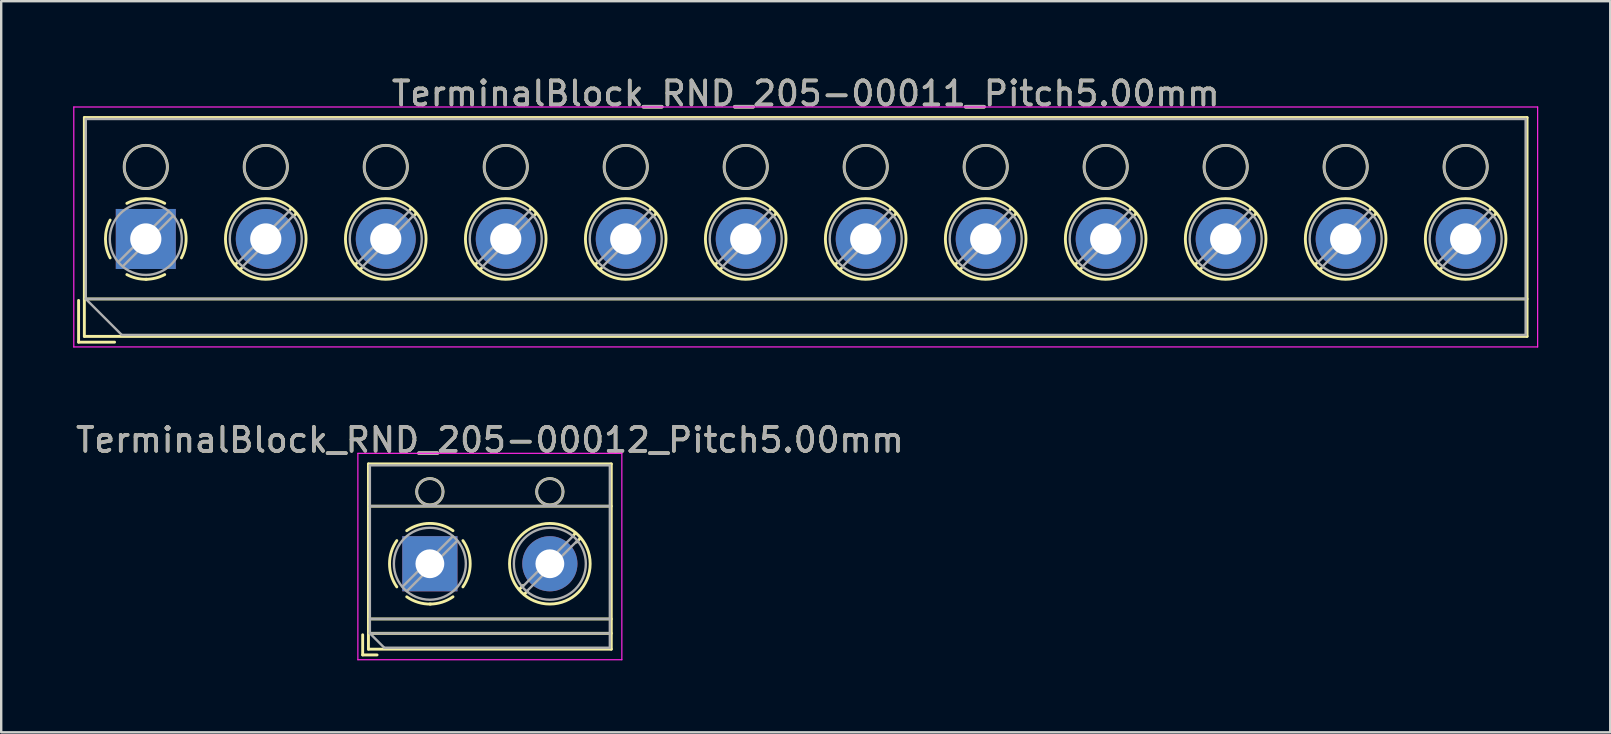
<source format=kicad_pcb>
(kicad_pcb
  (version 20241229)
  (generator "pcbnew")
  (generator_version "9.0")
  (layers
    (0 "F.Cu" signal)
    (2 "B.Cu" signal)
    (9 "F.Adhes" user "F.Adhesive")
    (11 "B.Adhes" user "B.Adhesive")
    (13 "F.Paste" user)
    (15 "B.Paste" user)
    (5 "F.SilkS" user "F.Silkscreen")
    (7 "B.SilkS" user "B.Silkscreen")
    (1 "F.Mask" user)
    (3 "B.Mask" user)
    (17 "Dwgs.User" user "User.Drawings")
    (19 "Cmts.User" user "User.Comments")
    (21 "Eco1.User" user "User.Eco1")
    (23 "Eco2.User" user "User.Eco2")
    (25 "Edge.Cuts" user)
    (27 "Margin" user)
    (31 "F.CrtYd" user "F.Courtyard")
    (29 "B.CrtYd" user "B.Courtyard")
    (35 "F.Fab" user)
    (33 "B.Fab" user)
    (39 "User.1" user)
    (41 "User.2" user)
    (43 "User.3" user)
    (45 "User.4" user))
  (footprint "TerminalBlock_RND_205-00011_Pitch5.00mm"
    (layer "F.Cu")
    (at 3.025 6.908)
    (property "Reference" "TerminalBlock_RND_205-00011_Pitch5.00mm" (at 27.5 -6.06 0) (layer "F.SilkS") (effects (font (size 1 1) (thickness 0.15))))
    (attr through_hole)
    (fp_line (start -2.8 2.56) (end -2.8 4.3) (stroke (width 0.12) (type solid)) (layer "F.SilkS"))
    (fp_line (start -2.8 4.3) (end -1.3 4.3) (stroke (width 0.12) (type solid)) (layer "F.SilkS"))
    (fp_line (start -2.56 -5.06) (end -2.56 4.06) (stroke (width 0.12) (type solid)) (layer "F.SilkS"))
    (fp_line (start -2.56 2.5) (end 57.56 2.5) (stroke (width 0.12) (type solid)) (layer "F.SilkS"))
    (fp_line (start -2.56 4.06) (end 57.56 4.06) (stroke (width 0.12) (type solid)) (layer "F.SilkS"))
    (fp_line (start 3.82 0.976) (end 3.726 1.069) (stroke (width 0.12) (type solid)) (layer "F.SilkS"))
    (fp_line (start 3.99 1.216) (end 3.931 1.274) (stroke (width 0.12) (type solid)) (layer "F.SilkS"))
    (fp_line (start 6.07 -1.275) (end 6.011 -1.216) (stroke (width 0.12) (type solid)) (layer "F.SilkS"))
    (fp_line (start 6.275 -1.069) (end 6.181 -0.976) (stroke (width 0.12) (type solid)) (layer "F.SilkS"))
    (fp_line (start 8.82 0.976) (end 8.726 1.069) (stroke (width 0.12) (type solid)) (layer "F.SilkS"))
    (fp_line (start 8.99 1.216) (end 8.931 1.274) (stroke (width 0.12) (type solid)) (layer "F.SilkS"))
    (fp_line (start 11.07 -1.275) (end 11.011 -1.216) (stroke (width 0.12) (type solid)) (layer "F.SilkS"))
    (fp_line (start 11.275 -1.069) (end 11.181 -0.976) (stroke (width 0.12) (type solid)) (layer "F.SilkS"))
    (fp_line (start 13.82 0.976) (end 13.726 1.069) (stroke (width 0.12) (type solid)) (layer "F.SilkS"))
    (fp_line (start 13.99 1.216) (end 13.931 1.274) (stroke (width 0.12) (type solid)) (layer "F.SilkS"))
    (fp_line (start 16.07 -1.275) (end 16.011 -1.216) (stroke (width 0.12) (type solid)) (layer "F.SilkS"))
    (fp_line (start 16.275 -1.069) (end 16.181 -0.976) (stroke (width 0.12) (type solid)) (layer "F.SilkS"))
    (fp_line (start 18.82 0.976) (end 18.726 1.069) (stroke (width 0.12) (type solid)) (layer "F.SilkS"))
    (fp_line (start 18.99 1.216) (end 18.931 1.274) (stroke (width 0.12) (type solid)) (layer "F.SilkS"))
    (fp_line (start 21.07 -1.275) (end 21.011 -1.216) (stroke (width 0.12) (type solid)) (layer "F.SilkS"))
    (fp_line (start 21.275 -1.069) (end 21.181 -0.976) (stroke (width 0.12) (type solid)) (layer "F.SilkS"))
    (fp_line (start 23.82 0.976) (end 23.726 1.069) (stroke (width 0.12) (type solid)) (layer "F.SilkS"))
    (fp_line (start 23.99 1.216) (end 23.931 1.274) (stroke (width 0.12) (type solid)) (layer "F.SilkS"))
    (fp_line (start 26.07 -1.275) (end 26.011 -1.216) (stroke (width 0.12) (type solid)) (layer "F.SilkS"))
    (fp_line (start 26.275 -1.069) (end 26.181 -0.976) (stroke (width 0.12) (type solid)) (layer "F.SilkS"))
    (fp_line (start 28.82 0.976) (end 28.726 1.069) (stroke (width 0.12) (type solid)) (layer "F.SilkS"))
    (fp_line (start 28.99 1.216) (end 28.931 1.274) (stroke (width 0.12) (type solid)) (layer "F.SilkS"))
    (fp_line (start 31.07 -1.275) (end 31.011 -1.216) (stroke (width 0.12) (type solid)) (layer "F.SilkS"))
    (fp_line (start 31.275 -1.069) (end 31.181 -0.976) (stroke (width 0.12) (type solid)) (layer "F.SilkS"))
    (fp_line (start 33.82 0.976) (end 33.726 1.069) (stroke (width 0.12) (type solid)) (layer "F.SilkS"))
    (fp_line (start 33.99 1.216) (end 33.931 1.274) (stroke (width 0.12) (type solid)) (layer "F.SilkS"))
    (fp_line (start 36.07 -1.275) (end 36.011 -1.216) (stroke (width 0.12) (type solid)) (layer "F.SilkS"))
    (fp_line (start 36.275 -1.069) (end 36.181 -0.976) (stroke (width 0.12) (type solid)) (layer "F.SilkS"))
    (fp_line (start 38.82 0.976) (end 38.726 1.069) (stroke (width 0.12) (type solid)) (layer "F.SilkS"))
    (fp_line (start 38.99 1.216) (end 38.931 1.274) (stroke (width 0.12) (type solid)) (layer "F.SilkS"))
    (fp_line (start 41.07 -1.275) (end 41.011 -1.216) (stroke (width 0.12) (type solid)) (layer "F.SilkS"))
    (fp_line (start 41.275 -1.069) (end 41.181 -0.976) (stroke (width 0.12) (type solid)) (layer "F.SilkS"))
    (fp_line (start 43.82 0.976) (end 43.726 1.069) (stroke (width 0.12) (type solid)) (layer "F.SilkS"))
    (fp_line (start 43.99 1.216) (end 43.931 1.274) (stroke (width 0.12) (type solid)) (layer "F.SilkS"))
    (fp_line (start 46.07 -1.275) (end 46.011 -1.216) (stroke (width 0.12) (type solid)) (layer "F.SilkS"))
    (fp_line (start 46.275 -1.069) (end 46.181 -0.976) (stroke (width 0.12) (type solid)) (layer "F.SilkS"))
    (fp_line (start 48.82 0.976) (end 48.726 1.069) (stroke (width 0.12) (type solid)) (layer "F.SilkS"))
    (fp_line (start 48.99 1.216) (end 48.931 1.274) (stroke (width 0.12) (type solid)) (layer "F.SilkS"))
    (fp_line (start 51.07 -1.275) (end 51.011 -1.216) (stroke (width 0.12) (type solid)) (layer "F.SilkS"))
    (fp_line (start 51.275 -1.069) (end 51.181 -0.976) (stroke (width 0.12) (type solid)) (layer "F.SilkS"))
    (fp_line (start 53.82 0.976) (end 53.726 1.069) (stroke (width 0.12) (type solid)) (layer "F.SilkS"))
    (fp_line (start 53.99 1.216) (end 53.931 1.274) (stroke (width 0.12) (type solid)) (layer "F.SilkS"))
    (fp_line (start 56.07 -1.275) (end 56.011 -1.216) (stroke (width 0.12) (type solid)) (layer "F.SilkS"))
    (fp_line (start 56.275 -1.069) (end 56.181 -0.976) (stroke (width 0.12) (type solid)) (layer "F.SilkS"))
    (fp_line (start 57.56 -5.06) (end -2.56 -5.06) (stroke (width 0.12) (type solid)) (layer "F.SilkS"))
    (fp_line (start 57.56 4.06) (end 57.56 -5.06) (stroke (width 0.12) (type solid)) (layer "F.SilkS"))
    (fp_arc (start -1.483953 0.789089) (mid -1.680708 0.00005) (end -1.484 -0.789) (stroke (width 0.12) (type solid)) (layer "F.SilkS"))
    (fp_arc (start -0.789089 -1.483953) (mid -0.00005 -1.680708) (end 0.789 -1.484) (stroke (width 0.12) (type solid)) (layer "F.SilkS"))
    (fp_arc (start 0.029383 1.68045) (mid -0.392304 1.634281) (end -0.789 1.484) (stroke (width 0.12) (type solid)) (layer "F.SilkS"))
    (fp_arc (start 0.788712 1.483352) (mid 0.406429 1.630097) (end 0 1.68) (stroke (width 0.12) (type solid)) (layer "F.SilkS"))
    (fp_arc (start 1.483953 -0.789089) (mid 1.680708 -0.00005) (end 1.484 0.789) (stroke (width 0.12) (type solid)) (layer "F.SilkS"))
    (fp_circle (center 0 -3) (end 0.9 -3) (stroke (width 0.12) (type solid)) (fill no) (layer "F.SilkS"))
    (fp_circle (center 5 -3) (end 5.9 -3) (stroke (width 0.12) (type solid)) (fill no) (layer "F.SilkS"))
    (fp_circle (center 5 0) (end 6.68 0) (stroke (width 0.12) (type solid)) (fill no) (layer "F.SilkS"))
    (fp_circle (center 10 -3) (end 10.9 -3) (stroke (width 0.12) (type solid)) (fill no) (layer "F.SilkS"))
    (fp_circle (center 10 0) (end 11.68 0) (stroke (width 0.12) (type solid)) (fill no) (layer "F.SilkS"))
    (fp_circle (center 15 -3) (end 15.9 -3) (stroke (width 0.12) (type solid)) (fill no) (layer "F.SilkS"))
    (fp_circle (center 15 0) (end 16.68 0) (stroke (width 0.12) (type solid)) (fill no) (layer "F.SilkS"))
    (fp_circle (center 20 -3) (end 20.9 -3) (stroke (width 0.12) (type solid)) (fill no) (layer "F.SilkS"))
    (fp_circle (center 20 0) (end 21.68 0) (stroke (width 0.12) (type solid)) (fill no) (layer "F.SilkS"))
    (fp_circle (center 25 -3) (end 25.9 -3) (stroke (width 0.12) (type solid)) (fill no) (layer "F.SilkS"))
    (fp_circle (center 25 0) (end 26.68 0) (stroke (width 0.12) (type solid)) (fill no) (layer "F.SilkS"))
    (fp_circle (center 30 -3) (end 30.9 -3) (stroke (width 0.12) (type solid)) (fill no) (layer "F.SilkS"))
    (fp_circle (center 30 0) (end 31.68 0) (stroke (width 0.12) (type solid)) (fill no) (layer "F.SilkS"))
    (fp_circle (center 35 -3) (end 35.9 -3) (stroke (width 0.12) (type solid)) (fill no) (layer "F.SilkS"))
    (fp_circle (center 35 0) (end 36.68 0) (stroke (width 0.12) (type solid)) (fill no) (layer "F.SilkS"))
    (fp_circle (center 40 -3) (end 40.9 -3) (stroke (width 0.12) (type solid)) (fill no) (layer "F.SilkS"))
    (fp_circle (center 40 0) (end 41.68 0) (stroke (width 0.12) (type solid)) (fill no) (layer "F.SilkS"))
    (fp_circle (center 45 -3) (end 45.9 -3) (stroke (width 0.12) (type solid)) (fill no) (layer "F.SilkS"))
    (fp_circle (center 45 0) (end 46.68 0) (stroke (width 0.12) (type solid)) (fill no) (layer "F.SilkS"))
    (fp_circle (center 50 -3) (end 50.9 -3) (stroke (width 0.12) (type solid)) (fill no) (layer "F.SilkS"))
    (fp_circle (center 50 0) (end 51.68 0) (stroke (width 0.12) (type solid)) (fill no) (layer "F.SilkS"))
    (fp_circle (center 55 -3) (end 55.9 -3) (stroke (width 0.12) (type solid)) (fill no) (layer "F.SilkS"))
    (fp_circle (center 55 0) (end 56.68 0) (stroke (width 0.12) (type solid)) (fill no) (layer "F.SilkS"))
    (fp_line (start -3 -5.5) (end -3 4.5) (stroke (width 0.05) (type solid)) (layer "F.CrtYd"))
    (fp_line (start -3 4.5) (end 58 4.5) (stroke (width 0.05) (type solid)) (layer "F.CrtYd"))
    (fp_line (start 58 -5.5) (end -3 -5.5) (stroke (width 0.05) (type solid)) (layer "F.CrtYd"))
    (fp_line (start 58 4.5) (end 58 -5.5) (stroke (width 0.05) (type solid)) (layer "F.CrtYd"))
    (fp_line (start -2.5 -5) (end 57.5 -5) (stroke (width 0.1) (type solid)) (layer "F.Fab"))
    (fp_line (start -2.5 2.5) (end -2.5 -5) (stroke (width 0.1) (type solid)) (layer "F.Fab"))
    (fp_line (start -2.5 2.5) (end 57.5 2.5) (stroke (width 0.1) (type solid)) (layer "F.Fab"))
    (fp_line (start -1 4) (end -2.5 2.5) (stroke (width 0.1) (type solid)) (layer "F.Fab"))
    (fp_line (start 0.955 -1.138) (end -1.138 0.955) (stroke (width 0.1) (type solid)) (layer "F.Fab"))
    (fp_line (start 1.138 -0.955) (end -0.955 1.138) (stroke (width 0.1) (type solid)) (layer "F.Fab"))
    (fp_line (start 5.955 -1.138) (end 3.863 0.955) (stroke (width 0.1) (type solid)) (layer "F.Fab"))
    (fp_line (start 6.138 -0.955) (end 4.046 1.138) (stroke (width 0.1) (type solid)) (layer "F.Fab"))
    (fp_line (start 10.955 -1.138) (end 8.863 0.955) (stroke (width 0.1) (type solid)) (layer "F.Fab"))
    (fp_line (start 11.138 -0.955) (end 9.046 1.138) (stroke (width 0.1) (type solid)) (layer "F.Fab"))
    (fp_line (start 15.955 -1.138) (end 13.863 0.955) (stroke (width 0.1) (type solid)) (layer "F.Fab"))
    (fp_line (start 16.138 -0.955) (end 14.046 1.138) (stroke (width 0.1) (type solid)) (layer "F.Fab"))
    (fp_line (start 20.955 -1.138) (end 18.863 0.955) (stroke (width 0.1) (type solid)) (layer "F.Fab"))
    (fp_line (start 21.138 -0.955) (end 19.046 1.138) (stroke (width 0.1) (type solid)) (layer "F.Fab"))
    (fp_line (start 25.955 -1.138) (end 23.863 0.955) (stroke (width 0.1) (type solid)) (layer "F.Fab"))
    (fp_line (start 26.138 -0.955) (end 24.046 1.138) (stroke (width 0.1) (type solid)) (layer "F.Fab"))
    (fp_line (start 30.955 -1.138) (end 28.863 0.955) (stroke (width 0.1) (type solid)) (layer "F.Fab"))
    (fp_line (start 31.138 -0.955) (end 29.046 1.138) (stroke (width 0.1) (type solid)) (layer "F.Fab"))
    (fp_line (start 35.955 -1.138) (end 33.863 0.955) (stroke (width 0.1) (type solid)) (layer "F.Fab"))
    (fp_line (start 36.138 -0.955) (end 34.046 1.138) (stroke (width 0.1) (type solid)) (layer "F.Fab"))
    (fp_line (start 40.955 -1.138) (end 38.863 0.955) (stroke (width 0.1) (type solid)) (layer "F.Fab"))
    (fp_line (start 41.138 -0.955) (end 39.046 1.138) (stroke (width 0.1) (type solid)) (layer "F.Fab"))
    (fp_line (start 45.955 -1.138) (end 43.863 0.955) (stroke (width 0.1) (type solid)) (layer "F.Fab"))
    (fp_line (start 46.138 -0.955) (end 44.046 1.138) (stroke (width 0.1) (type solid)) (layer "F.Fab"))
    (fp_line (start 50.955 -1.138) (end 48.863 0.955) (stroke (width 0.1) (type solid)) (layer "F.Fab"))
    (fp_line (start 51.138 -0.955) (end 49.046 1.138) (stroke (width 0.1) (type solid)) (layer "F.Fab"))
    (fp_line (start 55.955 -1.138) (end 53.863 0.955) (stroke (width 0.1) (type solid)) (layer "F.Fab"))
    (fp_line (start 56.138 -0.955) (end 54.046 1.138) (stroke (width 0.1) (type solid)) (layer "F.Fab"))
    (fp_line (start 57.5 -5) (end 57.5 4) (stroke (width 0.1) (type solid)) (layer "F.Fab"))
    (fp_line (start 57.5 4) (end -1 4) (stroke (width 0.1) (type solid)) (layer "F.Fab"))
    (fp_circle (center 0 -3) (end 0.9 -3) (stroke (width 0.1) (type solid)) (fill no) (layer "F.Fab"))
    (fp_circle (center 0 0) (end 1.5 0) (stroke (width 0.1) (type solid)) (fill no) (layer "F.Fab"))
    (fp_circle (center 5 -3) (end 5.9 -3) (stroke (width 0.1) (type solid)) (fill no) (layer "F.Fab"))
    (fp_circle (center 5 0) (end 6.5 0) (stroke (width 0.1) (type solid)) (fill no) (layer "F.Fab"))
    (fp_circle (center 10 -3) (end 10.9 -3) (stroke (width 0.1) (type solid)) (fill no) (layer "F.Fab"))
    (fp_circle (center 10 0) (end 11.5 0) (stroke (width 0.1) (type solid)) (fill no) (layer "F.Fab"))
    (fp_circle (center 15 -3) (end 15.9 -3) (stroke (width 0.1) (type solid)) (fill no) (layer "F.Fab"))
    (fp_circle (center 15 0) (end 16.5 0) (stroke (width 0.1) (type solid)) (fill no) (layer "F.Fab"))
    (fp_circle (center 20 -3) (end 20.9 -3) (stroke (width 0.1) (type solid)) (fill no) (layer "F.Fab"))
    (fp_circle (center 20 0) (end 21.5 0) (stroke (width 0.1) (type solid)) (fill no) (layer "F.Fab"))
    (fp_circle (center 25 -3) (end 25.9 -3) (stroke (width 0.1) (type solid)) (fill no) (layer "F.Fab"))
    (fp_circle (center 25 0) (end 26.5 0) (stroke (width 0.1) (type solid)) (fill no) (layer "F.Fab"))
    (fp_circle (center 30 -3) (end 30.9 -3) (stroke (width 0.1) (type solid)) (fill no) (layer "F.Fab"))
    (fp_circle (center 30 0) (end 31.5 0) (stroke (width 0.1) (type solid)) (fill no) (layer "F.Fab"))
    (fp_circle (center 35 -3) (end 35.9 -3) (stroke (width 0.1) (type solid)) (fill no) (layer "F.Fab"))
    (fp_circle (center 35 0) (end 36.5 0) (stroke (width 0.1) (type solid)) (fill no) (layer "F.Fab"))
    (fp_circle (center 40 -3) (end 40.9 -3) (stroke (width 0.1) (type solid)) (fill no) (layer "F.Fab"))
    (fp_circle (center 40 0) (end 41.5 0) (stroke (width 0.1) (type solid)) (fill no) (layer "F.Fab"))
    (fp_circle (center 45 -3) (end 45.9 -3) (stroke (width 0.1) (type solid)) (fill no) (layer "F.Fab"))
    (fp_circle (center 45 0) (end 46.5 0) (stroke (width 0.1) (type solid)) (fill no) (layer "F.Fab"))
    (fp_circle (center 50 -3) (end 50.9 -3) (stroke (width 0.1) (type solid)) (fill no) (layer "F.Fab"))
    (fp_circle (center 50 0) (end 51.5 0) (stroke (width 0.1) (type solid)) (fill no) (layer "F.Fab"))
    (fp_circle (center 55 -3) (end 55.9 -3) (stroke (width 0.1) (type solid)) (fill no) (layer "F.Fab"))
    (fp_circle (center 55 0) (end 56.5 0) (stroke (width 0.1) (type solid)) (fill no) (layer "F.Fab"))
    (fp_text user "${REFERENCE}" (at 27.5 -6.06 0) (layer "F.Fab") (effects (font (size 1 1) (thickness 0.15))))
    (pad "1" thru_hole rect (at 0 0) (size 2.5 2.5) (drill 1.3) (layers "*.Cu" "*.Mask"))
    (pad "2" thru_hole circle (at 5 0) (size 2.5 2.5) (drill 1.3) (layers "*.Cu" "*.Mask"))
    (pad "3" thru_hole circle (at 10 0) (size 2.5 2.5) (drill 1.3) (layers "*.Cu" "*.Mask"))
    (pad "4" thru_hole circle (at 15 0) (size 2.5 2.5) (drill 1.3) (layers "*.Cu" "*.Mask"))
    (pad "5" thru_hole circle (at 20 0) (size 2.5 2.5) (drill 1.3) (layers "*.Cu" "*.Mask"))
    (pad "6" thru_hole circle (at 25 0) (size 2.5 2.5) (drill 1.3) (layers "*.Cu" "*.Mask"))
    (pad "7" thru_hole circle (at 30 0) (size 2.5 2.5) (drill 1.3) (layers "*.Cu" "*.Mask"))
    (pad "8" thru_hole circle (at 35 0) (size 2.5 2.5) (drill 1.3) (layers "*.Cu" "*.Mask"))
    (pad "9" thru_hole circle (at 40 0) (size 2.5 2.5) (drill 1.3) (layers "*.Cu" "*.Mask"))
    (pad "10" thru_hole circle (at 45 0) (size 2.5 2.5) (drill 1.3) (layers "*.Cu" "*.Mask"))
    (pad "11" thru_hole circle (at 50 0) (size 2.5 2.5) (drill 1.3) (layers "*.Cu" "*.Mask"))
    (pad "12" thru_hole circle (at 55 0) (size 2.5 2.5) (drill 1.3) (layers "*.Cu" "*.Mask")))
  (footprint "TerminalBlock_RND_205-00012_Pitch5.00mm"
    (layer "F.Cu")
    (at 14.863 20.442)
    (property "Reference" "TerminalBlock_RND_205-00012_Pitch5.00mm" (at 2.5 -5.16 0) (layer "F.SilkS") (effects (font (size 1 1) (thickness 0.15))))
    (attr through_hole)
    (fp_line (start -2.8 2.96) (end -2.8 3.8) (stroke (width 0.12) (type solid)) (layer "F.SilkS"))
    (fp_line (start -2.8 3.8) (end -2.2 3.8) (stroke (width 0.12) (type solid)) (layer "F.SilkS"))
    (fp_line (start -2.56 -4.16) (end -2.56 3.56) (stroke (width 0.12) (type solid)) (layer "F.SilkS"))
    (fp_line (start -2.56 -2.4) (end 7.56 -2.4) (stroke (width 0.12) (type solid)) (layer "F.SilkS"))
    (fp_line (start -2.56 2.3) (end 7.56 2.3) (stroke (width 0.12) (type solid)) (layer "F.SilkS"))
    (fp_line (start -2.56 2.9) (end 7.56 2.9) (stroke (width 0.12) (type solid)) (layer "F.SilkS"))
    (fp_line (start -2.56 3.56) (end 7.56 3.56) (stroke (width 0.12) (type solid)) (layer "F.SilkS"))
    (fp_line (start 3.89 0.905) (end 3.726 1.069) (stroke (width 0.12) (type solid)) (layer "F.SilkS"))
    (fp_line (start 4.06 1.146) (end 3.931 1.274) (stroke (width 0.12) (type solid)) (layer "F.SilkS"))
    (fp_line (start 6.07 -1.275) (end 5.941 -1.146) (stroke (width 0.12) (type solid)) (layer "F.SilkS"))
    (fp_line (start 6.275 -1.069) (end 6.111 -0.905) (stroke (width 0.12) (type solid)) (layer "F.SilkS"))
    (fp_line (start 7.56 -4.16) (end -2.56 -4.16) (stroke (width 0.12) (type solid)) (layer "F.SilkS"))
    (fp_line (start 7.56 3.56) (end 7.56 -4.16) (stroke (width 0.12) (type solid)) (layer "F.SilkS"))
    (fp_arc (start -1.376825 0.964249) (mid -1.6809 0.000152) (end -1.377 -0.964) (stroke (width 0.12) (type solid)) (layer "F.SilkS"))
    (fp_arc (start -0.964249 -1.376825) (mid -0.000152 -1.6809) (end 0.964 -1.377) (stroke (width 0.12) (type solid)) (layer "F.SilkS"))
    (fp_arc (start 0.029488 1.680641) (mid -0.491302 1.607497) (end -0.964 1.377) (stroke (width 0.12) (type solid)) (layer "F.SilkS"))
    (fp_arc (start 0.963608 1.376175) (mid 0.505186 1.602244) (end 0 1.68) (stroke (width 0.12) (type solid)) (layer "F.SilkS"))
    (fp_arc (start 1.376825 -0.964249) (mid 1.6809 -0.000152) (end 1.377 0.964) (stroke (width 0.12) (type solid)) (layer "F.SilkS"))
    (fp_circle (center 0 -3) (end 0.55 -3) (stroke (width 0.12) (type solid)) (fill no) (layer "F.SilkS"))
    (fp_circle (center 5 -3) (end 5.55 -3) (stroke (width 0.12) (type solid)) (fill no) (layer "F.SilkS"))
    (fp_circle (center 5 0) (end 6.68 0) (stroke (width 0.12) (type solid)) (fill no) (layer "F.SilkS"))
    (fp_line (start -3 -4.6) (end -3 4) (stroke (width 0.05) (type solid)) (layer "F.CrtYd"))
    (fp_line (start -3 4) (end 8 4) (stroke (width 0.05) (type solid)) (layer "F.CrtYd"))
    (fp_line (start 8 -4.6) (end -3 -4.6) (stroke (width 0.05) (type solid)) (layer "F.CrtYd"))
    (fp_line (start 8 4) (end 8 -4.6) (stroke (width 0.05) (type solid)) (layer "F.CrtYd"))
    (fp_line (start -2.5 -4.1) (end 7.5 -4.1) (stroke (width 0.1) (type solid)) (layer "F.Fab"))
    (fp_line (start -2.5 -2.4) (end 7.5 -2.4) (stroke (width 0.1) (type solid)) (layer "F.Fab"))
    (fp_line (start -2.5 2.3) (end 7.5 2.3) (stroke (width 0.1) (type solid)) (layer "F.Fab"))
    (fp_line (start -2.5 2.9) (end -2.5 -4.1) (stroke (width 0.1) (type solid)) (layer "F.Fab"))
    (fp_line (start -2.5 2.9) (end 7.5 2.9) (stroke (width 0.1) (type solid)) (layer "F.Fab"))
    (fp_line (start -1.9 3.5) (end -2.5 2.9) (stroke (width 0.1) (type solid)) (layer "F.Fab"))
    (fp_line (start 0.955 -1.138) (end -1.138 0.955) (stroke (width 0.1) (type solid)) (layer "F.Fab"))
    (fp_line (start 1.138 -0.955) (end -0.955 1.138) (stroke (width 0.1) (type solid)) (layer "F.Fab"))
    (fp_line (start 5.955 -1.138) (end 3.863 0.955) (stroke (width 0.1) (type solid)) (layer "F.Fab"))
    (fp_line (start 6.138 -0.955) (end 4.046 1.138) (stroke (width 0.1) (type solid)) (layer "F.Fab"))
    (fp_line (start 7.5 -4.1) (end 7.5 3.5) (stroke (width 0.1) (type solid)) (layer "F.Fab"))
    (fp_line (start 7.5 3.5) (end -1.9 3.5) (stroke (width 0.1) (type solid)) (layer "F.Fab"))
    (fp_circle (center 0 -3) (end 0.55 -3) (stroke (width 0.1) (type solid)) (fill no) (layer "F.Fab"))
    (fp_circle (center 0 0) (end 1.5 0) (stroke (width 0.1) (type solid)) (fill no) (layer "F.Fab"))
    (fp_circle (center 5 -3) (end 5.55 -3) (stroke (width 0.1) (type solid)) (fill no) (layer "F.Fab"))
    (fp_circle (center 5 0) (end 6.5 0) (stroke (width 0.1) (type solid)) (fill no) (layer "F.Fab"))
    (fp_text user "${REFERENCE}" (at 2.5 -5.16 0) (layer "F.Fab") (effects (font (size 1 1) (thickness 0.15))))
    (pad "1" thru_hole rect (at 0 0) (size 2.3 2.3) (drill 1.2) (layers "*.Cu" "*.Mask"))
    (pad "2" thru_hole circle (at 5 0) (size 2.3 2.3) (drill 1.2) (layers "*.Cu" "*.Mask")))
  (gr_rect
    (start -3 -3)
    (end 64.05 27.466)
    (stroke (width 0.1) (type default))
    (fill no)
    (layer "Edge.Cuts")))
</source>
